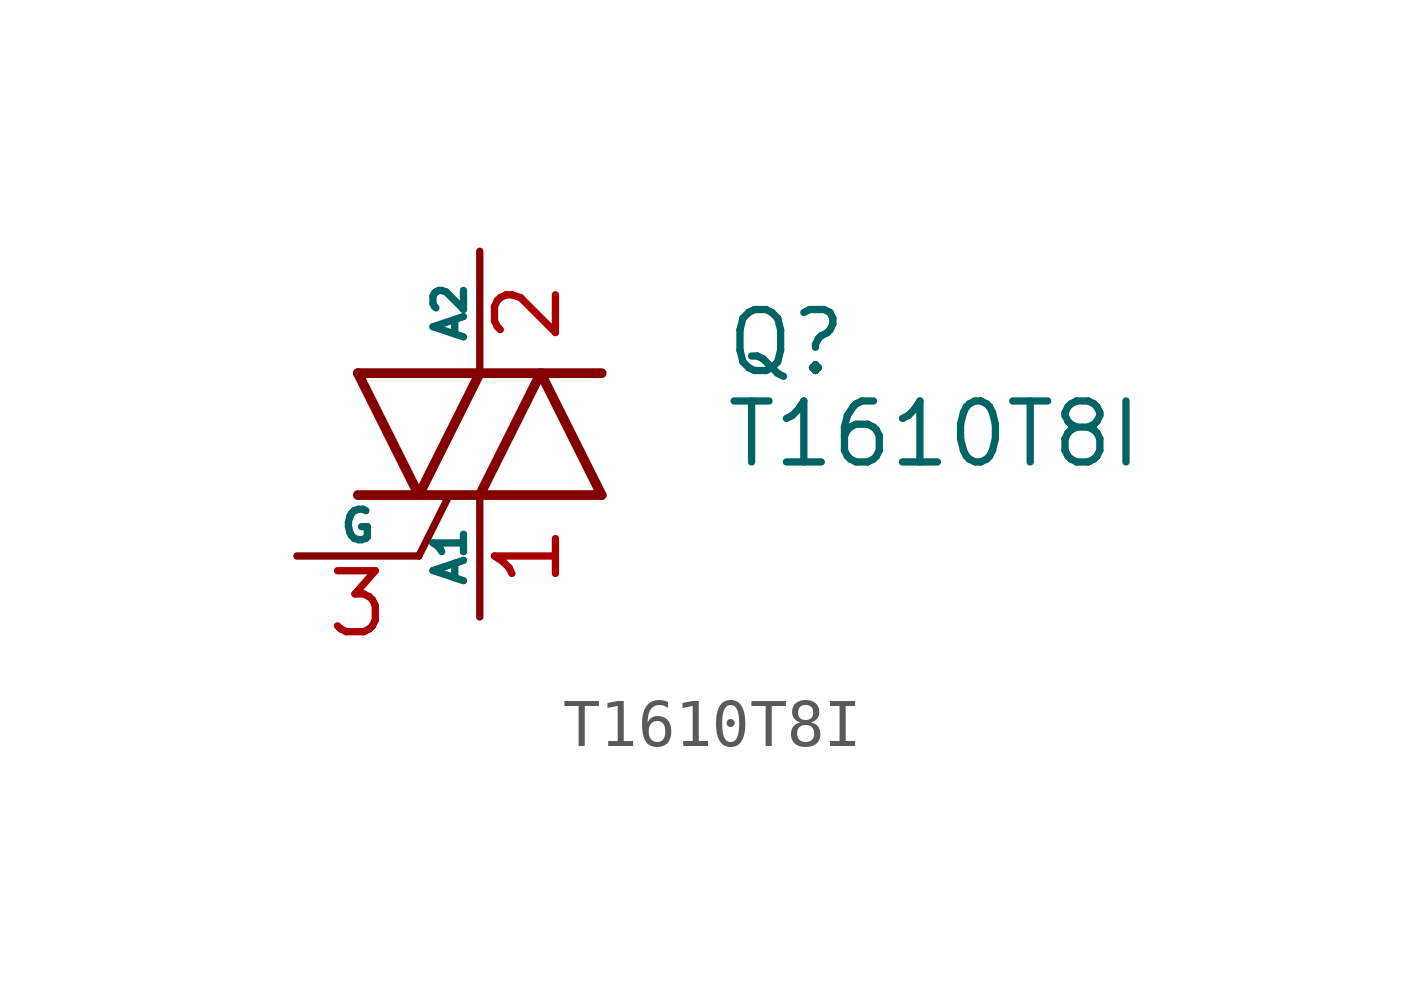
<source format=kicad_sym>
(kicad_symbol_lib
  (version 20211014)
  (generator kicad_symbol_editor)
  (symbol "T1610T8I"
    (pin_names
      (offset 0))
    (property "Reference" "Q"
      (at 5.08 1.905 0)
      (effects (font (size 1.27 1.27)) (justify left)))
    (property "Value" "T1610T8I"
      (at 5.08 0 0)
      (effects (font (size 1.27 1.27)) (justify left)))
    (symbol "T1610T8I_0_1"
      (polyline (pts (xy -2.54 -1.27) (xy 2.54 -1.27)) (stroke (width 0.203) (type default) (color 0 0 0 0)) (fill (type none)))
      (polyline (pts (xy -2.54 1.27) (xy 2.54 1.27)) (stroke (width 0.203) (type default) (color 0 0 0 0)) (fill (type none)))
      (polyline (pts (xy -1.27 -2.54) (xy -0.635 -1.27)) (stroke (width 0) (type default) (color 0 0 0 0)) (fill (type none)))
      (polyline (pts (xy -2.54 1.27) (xy -1.27 -1.27) (xy 0 1.27)) (stroke (width 0.203) (type default) (color 0 0 0 0)) (fill (type none)))
      (polyline (pts (xy 0 -1.27) (xy 1.27 1.27) (xy 2.54 -1.27)) (stroke (width 0.203) (type default) (color 0 0 0 0)) (fill (type none))))
    (symbol "T1610T8I_1_1"
      (pin passive line (at 0 -3.81 90) (length 2.54) (name "A1" (effects (font (size 0.635 0.635)))) (number "1" (effects (font (size 1.27 1.27)))))
      (pin passive line (at 0 3.81 270) (length 2.54) (name "A2" (effects (font (size 0.635 0.635)))) (number "2" (effects (font (size 1.27 1.27)))))
      (pin input line (at -3.81 -2.54 0) (length 2.54) (name "G" (effects (font (size 0.635 0.635)))) (number "3" (effects (font (size 1.27 1.27))))))))
</source>
